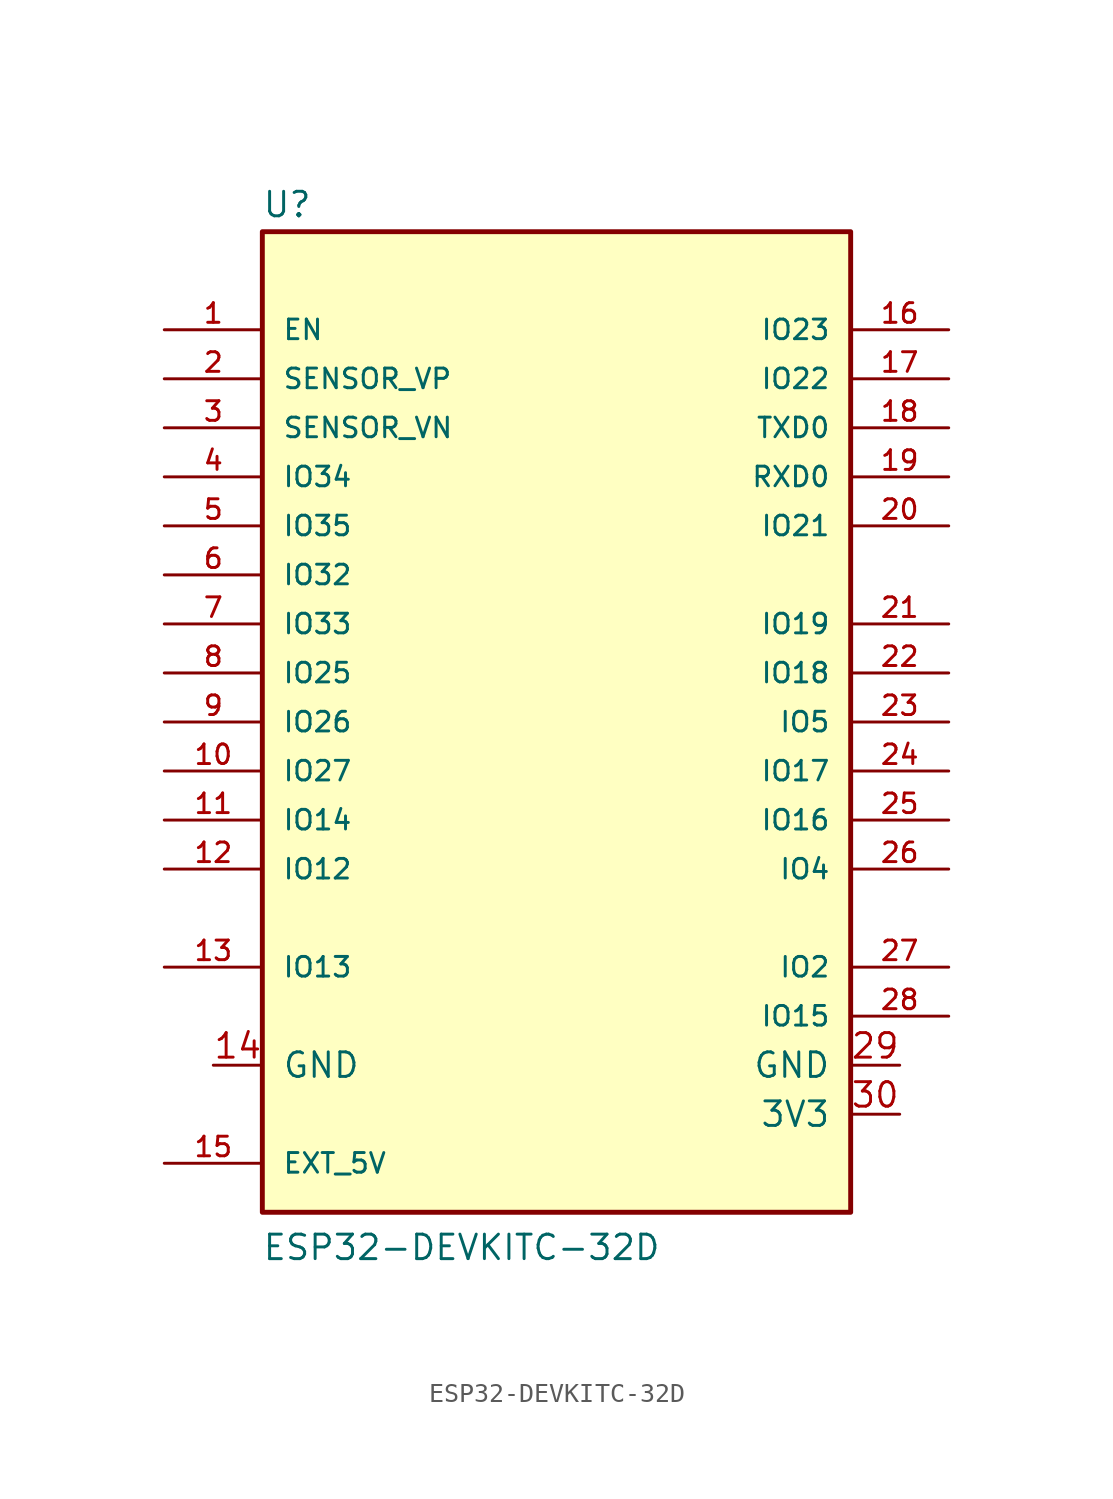
<source format=kicad_sym>
(kicad_symbol_lib
  (version 20211014)
  (generator kicad_symbol_editor)
  (symbol "ESP32-DEVKITC-32D"
    (pin_names
      (offset 1.016))
    (property "Reference" "U"
      (at -15.265 26.06 0)
      (effects (font (size 1.27 1.27)) (justify left bottom)))
    (property "Value" "ESP32-DEVKITC-32D"
      (at -15.265 -27.965 0)
      (effects (font (size 1.27 1.27)) (justify left bottom)))
    (property "ki_locked" ""
      (at 0 0 0)
      (effects (font (size 1.27 1.27))))
    (symbol "ESP32-DEVKITC-32D_0_0"
      (rectangle (start -15.24 -25.4) (end 15.24 25.4) (stroke (width 0.254) (type default) (color 0 0 0 0)) (fill (type background)))
      (pin input line (at -20.32 20.32 0) (length 5.08) (name "EN" (effects (font (size 1.016 1.016)))) (number "1" (effects (font (size 1.016 1.016)))))
      (pin bidirectional line (at -20.32 -2.54 0) (length 5.08) (name "IO27" (effects (font (size 1.016 1.016)))) (number "10" (effects (font (size 1.016 1.016)))))
      (pin bidirectional line (at -20.32 -5.08 0) (length 5.08) (name "IO14" (effects (font (size 1.016 1.016)))) (number "11" (effects (font (size 1.016 1.016)))))
      (pin bidirectional line (at -20.32 -7.62 0) (length 5.08) (name "IO12" (effects (font (size 1.016 1.016)))) (number "12" (effects (font (size 1.016 1.016)))))
      (pin bidirectional line (at -20.32 -12.7 0) (length 5.08) (name "IO13" (effects (font (size 1.016 1.016)))) (number "13" (effects (font (size 1.016 1.016)))))
      (pin power_in line (at -20.32 -22.86 0) (length 5.08) (name "EXT_5V" (effects (font (size 1.016 1.016)))) (number "15" (effects (font (size 1.016 1.016)))))
      (pin bidirectional line (at 20.32 20.32 180) (length 5.08) (name "IO23" (effects (font (size 1.016 1.016)))) (number "16" (effects (font (size 1.016 1.016)))))
      (pin bidirectional line (at 20.32 17.78 180) (length 5.08) (name "IO22" (effects (font (size 1.016 1.016)))) (number "17" (effects (font (size 1.016 1.016)))))
      (pin output line (at 20.32 15.24 180) (length 5.08) (name "TXD0" (effects (font (size 1.016 1.016)))) (number "18" (effects (font (size 1.016 1.016)))))
      (pin input line (at 20.32 12.7 180) (length 5.08) (name "RXD0" (effects (font (size 1.016 1.016)))) (number "19" (effects (font (size 1.016 1.016)))))
      (pin input line (at -20.32 17.78 0) (length 5.08) (name "SENSOR_VP" (effects (font (size 1.016 1.016)))) (number "2" (effects (font (size 1.016 1.016)))))
      (pin bidirectional line (at 20.32 10.16 180) (length 5.08) (name "IO21" (effects (font (size 1.016 1.016)))) (number "20" (effects (font (size 1.016 1.016)))))
      (pin bidirectional line (at 20.32 5.08 180) (length 5.08) (name "IO19" (effects (font (size 1.016 1.016)))) (number "21" (effects (font (size 1.016 1.016)))))
      (pin bidirectional line (at 20.32 2.54 180) (length 5.08) (name "IO18" (effects (font (size 1.016 1.016)))) (number "22" (effects (font (size 1.016 1.016)))))
      (pin bidirectional line (at 20.32 0 180) (length 5.08) (name "IO5" (effects (font (size 1.016 1.016)))) (number "23" (effects (font (size 1.016 1.016)))))
      (pin bidirectional line (at 20.32 -2.54 180) (length 5.08) (name "IO17" (effects (font (size 1.016 1.016)))) (number "24" (effects (font (size 1.016 1.016)))))
      (pin bidirectional line (at 20.32 -5.08 180) (length 5.08) (name "IO16" (effects (font (size 1.016 1.016)))) (number "25" (effects (font (size 1.016 1.016)))))
      (pin bidirectional line (at 20.32 -7.62 180) (length 5.08) (name "IO4" (effects (font (size 1.016 1.016)))) (number "26" (effects (font (size 1.016 1.016)))))
      (pin bidirectional line (at 20.32 -12.7 180) (length 5.08) (name "IO2" (effects (font (size 1.016 1.016)))) (number "27" (effects (font (size 1.016 1.016)))))
      (pin bidirectional line (at 20.32 -15.24 180) (length 5.08) (name "IO15" (effects (font (size 1.016 1.016)))) (number "28" (effects (font (size 1.016 1.016)))))
      (pin input line (at -20.32 15.24 0) (length 5.08) (name "SENSOR_VN" (effects (font (size 1.016 1.016)))) (number "3" (effects (font (size 1.016 1.016)))))
      (pin bidirectional line (at -20.32 12.7 0) (length 5.08) (name "IO34" (effects (font (size 1.016 1.016)))) (number "4" (effects (font (size 1.016 1.016)))))
      (pin bidirectional line (at -20.32 10.16 0) (length 5.08) (name "IO35" (effects (font (size 1.016 1.016)))) (number "5" (effects (font (size 1.016 1.016)))))
      (pin bidirectional line (at -20.32 7.62 0) (length 5.08) (name "IO32" (effects (font (size 1.016 1.016)))) (number "6" (effects (font (size 1.016 1.016)))))
      (pin bidirectional line (at -20.32 5.08 0) (length 5.08) (name "IO33" (effects (font (size 1.016 1.016)))) (number "7" (effects (font (size 1.016 1.016)))))
      (pin bidirectional line (at -20.32 2.54 0) (length 5.08) (name "IO25" (effects (font (size 1.016 1.016)))) (number "8" (effects (font (size 1.016 1.016)))))
      (pin bidirectional line (at -20.32 0 0) (length 5.08) (name "IO26" (effects (font (size 1.016 1.016)))) (number "9" (effects (font (size 1.016 1.016))))))
    (symbol "ESP32-DEVKITC-32D_1_1"
      (pin bidirectional line (at -17.78 -17.78 0) (length 2.54) (name "GND" (effects (font (size 1.27 1.27)))) (number "14" (effects (font (size 1.27 1.27)))))
      (pin bidirectional line (at 17.78 -17.78 180) (length 2.54) (name "GND" (effects (font (size 1.27 1.27)))) (number "29" (effects (font (size 1.27 1.27)))))
      (pin power_in line (at 17.78 -20.32 180) (length 2.54) (name "3V3" (effects (font (size 1.27 1.27)))) (number "30" (effects (font (size 1.27 1.27))))))))
</source>
